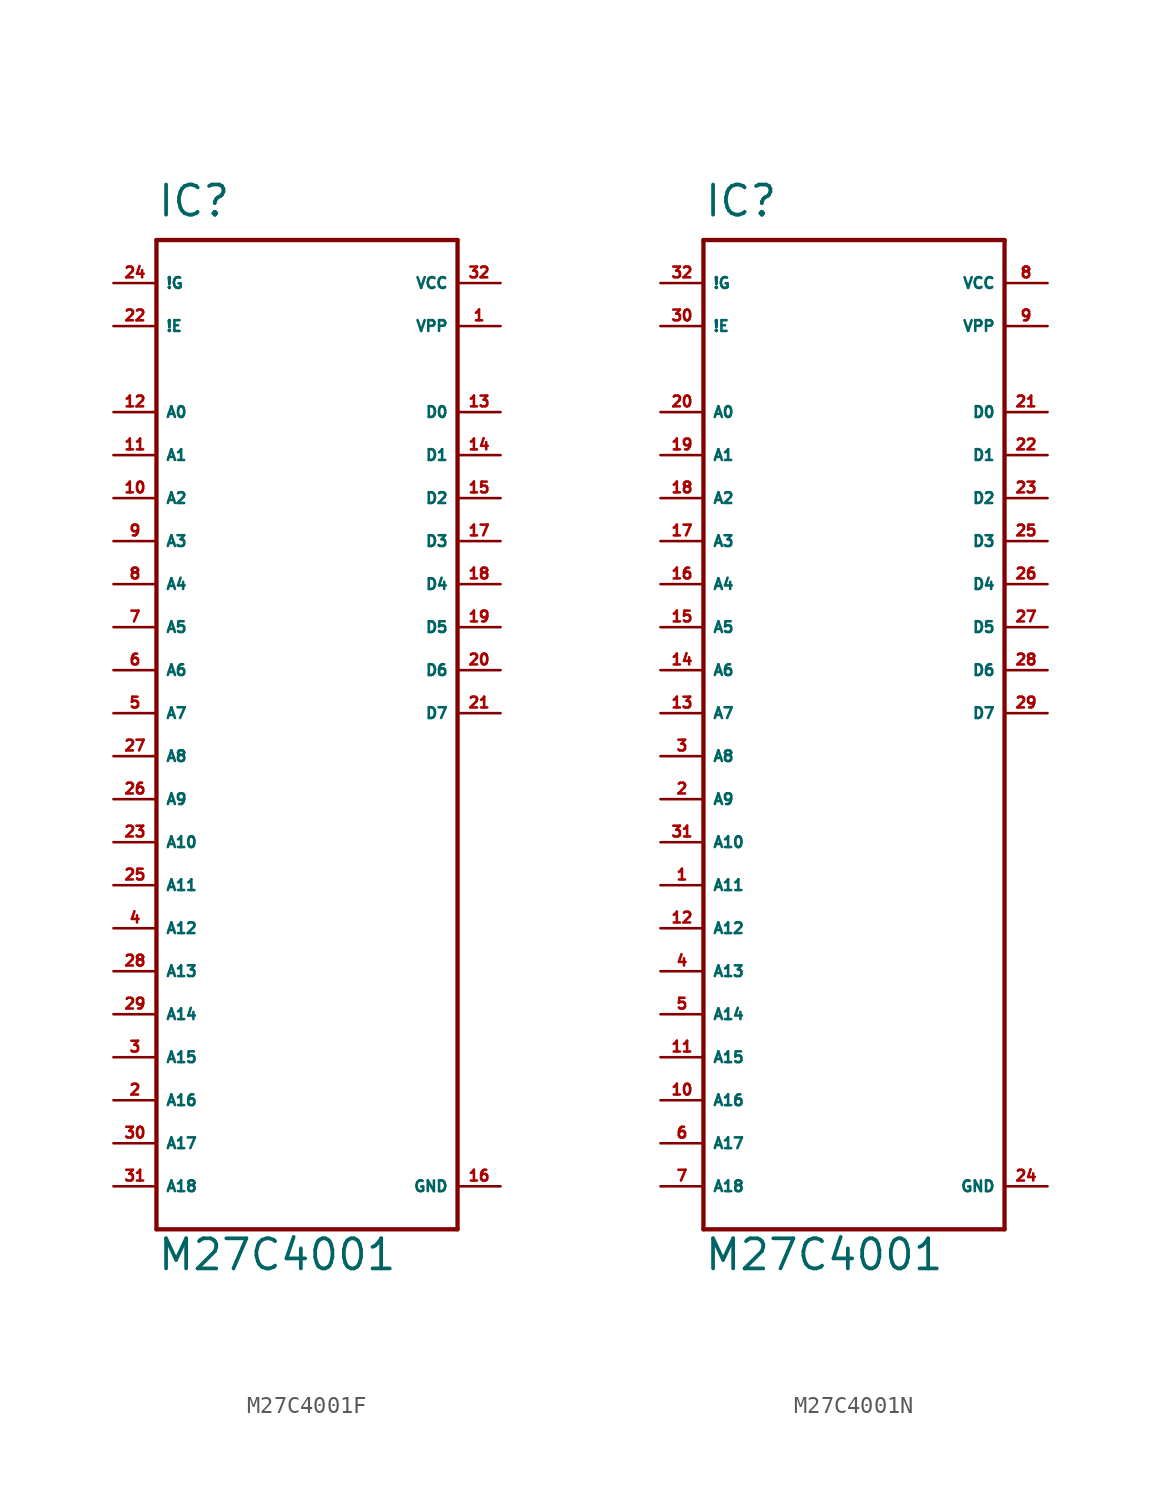
<source format=kicad_sym>
(kicad_symbol_lib
  (version 20220914)
  (generator Eagle2Kicad)
  (symbol "M27C4001F"
    (property "Reference" "IC"
      (at -7.62 29.21 0)
      (effects (font (size 1.778 1.778) (thickness 0.22)) (justify left bottom)))
    (property "Value" "M27C4001"
      (at -7.62 -33.02 0)
      (effects (font (size 1.778 1.778) (thickness 0.22)) (justify left bottom)))
    (polyline
      (pts (xy -7.62 27.94) (xy 10.16 27.94))
      (stroke (width 0.254) (type default))
      (fill (type none)))
    (polyline
      (pts (xy 10.16 27.94) (xy 10.16 -30.48))
      (stroke (width 0.254) (type default))
      (fill (type none)))
    (polyline
      (pts (xy 10.16 -30.48) (xy -7.62 -30.48))
      (stroke (width 0.254) (type default))
      (fill (type none)))
    (polyline
      (pts (xy -7.62 -30.48) (xy -7.62 27.94))
      (stroke (width 0.254) (type default))
      (fill (type none)))
    (pin unspecified line
      (at 12.7 25.4 180)
      (length 2.54)
      (name "VCC" (effects (font (size 0.635 0.635) (thickness 0.08)) (justify left bottom)))
      (number "32" (effects (font (size 0.635 0.635) (thickness 0.08)) (justify left bottom))))
    (pin unspecified line
      (at 12.7 22.86 180)
      (length 2.54)
      (name "VPP" (effects (font (size 0.635 0.635) (thickness 0.08)) (justify left bottom)))
      (number "1" (effects (font (size 0.635 0.635) (thickness 0.08)) (justify left bottom))))
    (pin unspecified line
      (at 12.7 -27.94 180)
      (length 2.54)
      (name "GND" (effects (font (size 0.635 0.635) (thickness 0.08)) (justify left bottom)))
      (number "16" (effects (font (size 0.635 0.635) (thickness 0.08)) (justify left bottom))))
    (pin input line
      (at -10.16 17.78 0)
      (length 2.54)
      (name "A0" (effects (font (size 0.635 0.635) (thickness 0.08)) (justify left bottom)))
      (number "12" (effects (font (size 0.635 0.635) (thickness 0.08)) (justify left bottom))))
    (pin input line
      (at -10.16 15.24 0)
      (length 2.54)
      (name "A1" (effects (font (size 0.635 0.635) (thickness 0.08)) (justify left bottom)))
      (number "11" (effects (font (size 0.635 0.635) (thickness 0.08)) (justify left bottom))))
    (pin input line
      (at -10.16 12.7 0)
      (length 2.54)
      (name "A2" (effects (font (size 0.635 0.635) (thickness 0.08)) (justify left bottom)))
      (number "10" (effects (font (size 0.635 0.635) (thickness 0.08)) (justify left bottom))))
    (pin input line
      (at -10.16 10.16 0)
      (length 2.54)
      (name "A3" (effects (font (size 0.635 0.635) (thickness 0.08)) (justify left bottom)))
      (number "9" (effects (font (size 0.635 0.635) (thickness 0.08)) (justify left bottom))))
    (pin input line
      (at -10.16 7.62 0)
      (length 2.54)
      (name "A4" (effects (font (size 0.635 0.635) (thickness 0.08)) (justify left bottom)))
      (number "8" (effects (font (size 0.635 0.635) (thickness 0.08)) (justify left bottom))))
    (pin input line
      (at -10.16 5.08 0)
      (length 2.54)
      (name "A5" (effects (font (size 0.635 0.635) (thickness 0.08)) (justify left bottom)))
      (number "7" (effects (font (size 0.635 0.635) (thickness 0.08)) (justify left bottom))))
    (pin input line
      (at -10.16 2.54 0)
      (length 2.54)
      (name "A6" (effects (font (size 0.635 0.635) (thickness 0.08)) (justify left bottom)))
      (number "6" (effects (font (size 0.635 0.635) (thickness 0.08)) (justify left bottom))))
    (pin input line
      (at -10.16 0 0)
      (length 2.54)
      (name "A7" (effects (font (size 0.635 0.635) (thickness 0.08)) (justify left bottom)))
      (number "5" (effects (font (size 0.635 0.635) (thickness 0.08)) (justify left bottom))))
    (pin input line
      (at -10.16 -2.54 0)
      (length 2.54)
      (name "A8" (effects (font (size 0.635 0.635) (thickness 0.08)) (justify left bottom)))
      (number "27" (effects (font (size 0.635 0.635) (thickness 0.08)) (justify left bottom))))
    (pin input line
      (at -10.16 -5.08 0)
      (length 2.54)
      (name "A9" (effects (font (size 0.635 0.635) (thickness 0.08)) (justify left bottom)))
      (number "26" (effects (font (size 0.635 0.635) (thickness 0.08)) (justify left bottom))))
    (pin input line
      (at -10.16 -7.62 0)
      (length 2.54)
      (name "A10" (effects (font (size 0.635 0.635) (thickness 0.08)) (justify left bottom)))
      (number "23" (effects (font (size 0.635 0.635) (thickness 0.08)) (justify left bottom))))
    (pin input line
      (at -10.16 -10.16 0)
      (length 2.54)
      (name "A11" (effects (font (size 0.635 0.635) (thickness 0.08)) (justify left bottom)))
      (number "25" (effects (font (size 0.635 0.635) (thickness 0.08)) (justify left bottom))))
    (pin input line
      (at -10.16 -12.7 0)
      (length 2.54)
      (name "A12" (effects (font (size 0.635 0.635) (thickness 0.08)) (justify left bottom)))
      (number "4" (effects (font (size 0.635 0.635) (thickness 0.08)) (justify left bottom))))
    (pin input line
      (at -10.16 -15.24 0)
      (length 2.54)
      (name "A13" (effects (font (size 0.635 0.635) (thickness 0.08)) (justify left bottom)))
      (number "28" (effects (font (size 0.635 0.635) (thickness 0.08)) (justify left bottom))))
    (pin input line
      (at -10.16 -17.78 0)
      (length 2.54)
      (name "A14" (effects (font (size 0.635 0.635) (thickness 0.08)) (justify left bottom)))
      (number "29" (effects (font (size 0.635 0.635) (thickness 0.08)) (justify left bottom))))
    (pin input line
      (at -10.16 -20.32 0)
      (length 2.54)
      (name "A15" (effects (font (size 0.635 0.635) (thickness 0.08)) (justify left bottom)))
      (number "3" (effects (font (size 0.635 0.635) (thickness 0.08)) (justify left bottom))))
    (pin input line
      (at -10.16 -22.86 0)
      (length 2.54)
      (name "A16" (effects (font (size 0.635 0.635) (thickness 0.08)) (justify left bottom)))
      (number "2" (effects (font (size 0.635 0.635) (thickness 0.08)) (justify left bottom))))
    (pin input line
      (at -10.16 -25.4 0)
      (length 2.54)
      (name "A17" (effects (font (size 0.635 0.635) (thickness 0.08)) (justify left bottom)))
      (number "30" (effects (font (size 0.635 0.635) (thickness 0.08)) (justify left bottom))))
    (pin input line
      (at -10.16 -27.94 0)
      (length 2.54)
      (name "A18" (effects (font (size 0.635 0.635) (thickness 0.08)) (justify left bottom)))
      (number "31" (effects (font (size 0.635 0.635) (thickness 0.08)) (justify left bottom))))
    (pin tri_state line
      (at 12.7 17.78 180)
      (length 2.54)
      (name "D0" (effects (font (size 0.635 0.635) (thickness 0.08)) (justify left bottom)))
      (number "13" (effects (font (size 0.635 0.635) (thickness 0.08)) (justify left bottom))))
    (pin tri_state line
      (at 12.7 15.24 180)
      (length 2.54)
      (name "D1" (effects (font (size 0.635 0.635) (thickness 0.08)) (justify left bottom)))
      (number "14" (effects (font (size 0.635 0.635) (thickness 0.08)) (justify left bottom))))
    (pin tri_state line
      (at 12.7 12.7 180)
      (length 2.54)
      (name "D2" (effects (font (size 0.635 0.635) (thickness 0.08)) (justify left bottom)))
      (number "15" (effects (font (size 0.635 0.635) (thickness 0.08)) (justify left bottom))))
    (pin tri_state line
      (at 12.7 10.16 180)
      (length 2.54)
      (name "D3" (effects (font (size 0.635 0.635) (thickness 0.08)) (justify left bottom)))
      (number "17" (effects (font (size 0.635 0.635) (thickness 0.08)) (justify left bottom))))
    (pin tri_state line
      (at 12.7 7.62 180)
      (length 2.54)
      (name "D4" (effects (font (size 0.635 0.635) (thickness 0.08)) (justify left bottom)))
      (number "18" (effects (font (size 0.635 0.635) (thickness 0.08)) (justify left bottom))))
    (pin tri_state line
      (at 12.7 5.08 180)
      (length 2.54)
      (name "D5" (effects (font (size 0.635 0.635) (thickness 0.08)) (justify left bottom)))
      (number "19" (effects (font (size 0.635 0.635) (thickness 0.08)) (justify left bottom))))
    (pin tri_state line
      (at 12.7 2.54 180)
      (length 2.54)
      (name "D6" (effects (font (size 0.635 0.635) (thickness 0.08)) (justify left bottom)))
      (number "20" (effects (font (size 0.635 0.635) (thickness 0.08)) (justify left bottom))))
    (pin tri_state line
      (at 12.7 0 180)
      (length 2.54)
      (name "D7" (effects (font (size 0.635 0.635) (thickness 0.08)) (justify left bottom)))
      (number "21" (effects (font (size 0.635 0.635) (thickness 0.08)) (justify left bottom))))
    (pin input line
      (at -10.16 25.4 0)
      (length 2.54)
      (name "!G" (effects (font (size 0.635 0.635) (thickness 0.08)) (justify left bottom)))
      (number "24" (effects (font (size 0.635 0.635) (thickness 0.08)) (justify left bottom))))
    (pin input line
      (at -10.16 22.86 0)
      (length 2.54)
      (name "!E" (effects (font (size 0.635 0.635) (thickness 0.08)) (justify left bottom)))
      (number "22" (effects (font (size 0.635 0.635) (thickness 0.08)) (justify left bottom)))))
  (symbol "M27C4001N"
    (property "Reference" "IC"
      (at -7.62 29.21 0)
      (effects (font (size 1.778 1.778) (thickness 0.22)) (justify left bottom)))
    (property "Value" "M27C4001"
      (at -7.62 -33.02 0)
      (effects (font (size 1.778 1.778) (thickness 0.22)) (justify left bottom)))
    (polyline
      (pts (xy -7.62 27.94) (xy 10.16 27.94))
      (stroke (width 0.254) (type default))
      (fill (type none)))
    (polyline
      (pts (xy 10.16 27.94) (xy 10.16 -30.48))
      (stroke (width 0.254) (type default))
      (fill (type none)))
    (polyline
      (pts (xy 10.16 -30.48) (xy -7.62 -30.48))
      (stroke (width 0.254) (type default))
      (fill (type none)))
    (polyline
      (pts (xy -7.62 -30.48) (xy -7.62 27.94))
      (stroke (width 0.254) (type default))
      (fill (type none)))
    (pin unspecified line
      (at 12.7 25.4 180)
      (length 2.54)
      (name "VCC" (effects (font (size 0.635 0.635) (thickness 0.08)) (justify left bottom)))
      (number "8" (effects (font (size 0.635 0.635) (thickness 0.08)) (justify left bottom))))
    (pin unspecified line
      (at 12.7 22.86 180)
      (length 2.54)
      (name "VPP" (effects (font (size 0.635 0.635) (thickness 0.08)) (justify left bottom)))
      (number "9" (effects (font (size 0.635 0.635) (thickness 0.08)) (justify left bottom))))
    (pin unspecified line
      (at 12.7 -27.94 180)
      (length 2.54)
      (name "GND" (effects (font (size 0.635 0.635) (thickness 0.08)) (justify left bottom)))
      (number "24" (effects (font (size 0.635 0.635) (thickness 0.08)) (justify left bottom))))
    (pin input line
      (at -10.16 17.78 0)
      (length 2.54)
      (name "A0" (effects (font (size 0.635 0.635) (thickness 0.08)) (justify left bottom)))
      (number "20" (effects (font (size 0.635 0.635) (thickness 0.08)) (justify left bottom))))
    (pin input line
      (at -10.16 15.24 0)
      (length 2.54)
      (name "A1" (effects (font (size 0.635 0.635) (thickness 0.08)) (justify left bottom)))
      (number "19" (effects (font (size 0.635 0.635) (thickness 0.08)) (justify left bottom))))
    (pin input line
      (at -10.16 12.7 0)
      (length 2.54)
      (name "A2" (effects (font (size 0.635 0.635) (thickness 0.08)) (justify left bottom)))
      (number "18" (effects (font (size 0.635 0.635) (thickness 0.08)) (justify left bottom))))
    (pin input line
      (at -10.16 10.16 0)
      (length 2.54)
      (name "A3" (effects (font (size 0.635 0.635) (thickness 0.08)) (justify left bottom)))
      (number "17" (effects (font (size 0.635 0.635) (thickness 0.08)) (justify left bottom))))
    (pin input line
      (at -10.16 7.62 0)
      (length 2.54)
      (name "A4" (effects (font (size 0.635 0.635) (thickness 0.08)) (justify left bottom)))
      (number "16" (effects (font (size 0.635 0.635) (thickness 0.08)) (justify left bottom))))
    (pin input line
      (at -10.16 5.08 0)
      (length 2.54)
      (name "A5" (effects (font (size 0.635 0.635) (thickness 0.08)) (justify left bottom)))
      (number "15" (effects (font (size 0.635 0.635) (thickness 0.08)) (justify left bottom))))
    (pin input line
      (at -10.16 2.54 0)
      (length 2.54)
      (name "A6" (effects (font (size 0.635 0.635) (thickness 0.08)) (justify left bottom)))
      (number "14" (effects (font (size 0.635 0.635) (thickness 0.08)) (justify left bottom))))
    (pin input line
      (at -10.16 0 0)
      (length 2.54)
      (name "A7" (effects (font (size 0.635 0.635) (thickness 0.08)) (justify left bottom)))
      (number "13" (effects (font (size 0.635 0.635) (thickness 0.08)) (justify left bottom))))
    (pin input line
      (at -10.16 -2.54 0)
      (length 2.54)
      (name "A8" (effects (font (size 0.635 0.635) (thickness 0.08)) (justify left bottom)))
      (number "3" (effects (font (size 0.635 0.635) (thickness 0.08)) (justify left bottom))))
    (pin input line
      (at -10.16 -5.08 0)
      (length 2.54)
      (name "A9" (effects (font (size 0.635 0.635) (thickness 0.08)) (justify left bottom)))
      (number "2" (effects (font (size 0.635 0.635) (thickness 0.08)) (justify left bottom))))
    (pin input line
      (at -10.16 -7.62 0)
      (length 2.54)
      (name "A10" (effects (font (size 0.635 0.635) (thickness 0.08)) (justify left bottom)))
      (number "31" (effects (font (size 0.635 0.635) (thickness 0.08)) (justify left bottom))))
    (pin input line
      (at -10.16 -10.16 0)
      (length 2.54)
      (name "A11" (effects (font (size 0.635 0.635) (thickness 0.08)) (justify left bottom)))
      (number "1" (effects (font (size 0.635 0.635) (thickness 0.08)) (justify left bottom))))
    (pin input line
      (at -10.16 -12.7 0)
      (length 2.54)
      (name "A12" (effects (font (size 0.635 0.635) (thickness 0.08)) (justify left bottom)))
      (number "12" (effects (font (size 0.635 0.635) (thickness 0.08)) (justify left bottom))))
    (pin input line
      (at -10.16 -15.24 0)
      (length 2.54)
      (name "A13" (effects (font (size 0.635 0.635) (thickness 0.08)) (justify left bottom)))
      (number "4" (effects (font (size 0.635 0.635) (thickness 0.08)) (justify left bottom))))
    (pin input line
      (at -10.16 -17.78 0)
      (length 2.54)
      (name "A14" (effects (font (size 0.635 0.635) (thickness 0.08)) (justify left bottom)))
      (number "5" (effects (font (size 0.635 0.635) (thickness 0.08)) (justify left bottom))))
    (pin input line
      (at -10.16 -20.32 0)
      (length 2.54)
      (name "A15" (effects (font (size 0.635 0.635) (thickness 0.08)) (justify left bottom)))
      (number "11" (effects (font (size 0.635 0.635) (thickness 0.08)) (justify left bottom))))
    (pin input line
      (at -10.16 -22.86 0)
      (length 2.54)
      (name "A16" (effects (font (size 0.635 0.635) (thickness 0.08)) (justify left bottom)))
      (number "10" (effects (font (size 0.635 0.635) (thickness 0.08)) (justify left bottom))))
    (pin input line
      (at -10.16 -25.4 0)
      (length 2.54)
      (name "A17" (effects (font (size 0.635 0.635) (thickness 0.08)) (justify left bottom)))
      (number "6" (effects (font (size 0.635 0.635) (thickness 0.08)) (justify left bottom))))
    (pin input line
      (at -10.16 -27.94 0)
      (length 2.54)
      (name "A18" (effects (font (size 0.635 0.635) (thickness 0.08)) (justify left bottom)))
      (number "7" (effects (font (size 0.635 0.635) (thickness 0.08)) (justify left bottom))))
    (pin tri_state line
      (at 12.7 17.78 180)
      (length 2.54)
      (name "D0" (effects (font (size 0.635 0.635) (thickness 0.08)) (justify left bottom)))
      (number "21" (effects (font (size 0.635 0.635) (thickness 0.08)) (justify left bottom))))
    (pin tri_state line
      (at 12.7 15.24 180)
      (length 2.54)
      (name "D1" (effects (font (size 0.635 0.635) (thickness 0.08)) (justify left bottom)))
      (number "22" (effects (font (size 0.635 0.635) (thickness 0.08)) (justify left bottom))))
    (pin tri_state line
      (at 12.7 12.7 180)
      (length 2.54)
      (name "D2" (effects (font (size 0.635 0.635) (thickness 0.08)) (justify left bottom)))
      (number "23" (effects (font (size 0.635 0.635) (thickness 0.08)) (justify left bottom))))
    (pin tri_state line
      (at 12.7 10.16 180)
      (length 2.54)
      (name "D3" (effects (font (size 0.635 0.635) (thickness 0.08)) (justify left bottom)))
      (number "25" (effects (font (size 0.635 0.635) (thickness 0.08)) (justify left bottom))))
    (pin tri_state line
      (at 12.7 7.62 180)
      (length 2.54)
      (name "D4" (effects (font (size 0.635 0.635) (thickness 0.08)) (justify left bottom)))
      (number "26" (effects (font (size 0.635 0.635) (thickness 0.08)) (justify left bottom))))
    (pin tri_state line
      (at 12.7 5.08 180)
      (length 2.54)
      (name "D5" (effects (font (size 0.635 0.635) (thickness 0.08)) (justify left bottom)))
      (number "27" (effects (font (size 0.635 0.635) (thickness 0.08)) (justify left bottom))))
    (pin tri_state line
      (at 12.7 2.54 180)
      (length 2.54)
      (name "D6" (effects (font (size 0.635 0.635) (thickness 0.08)) (justify left bottom)))
      (number "28" (effects (font (size 0.635 0.635) (thickness 0.08)) (justify left bottom))))
    (pin tri_state line
      (at 12.7 0 180)
      (length 2.54)
      (name "D7" (effects (font (size 0.635 0.635) (thickness 0.08)) (justify left bottom)))
      (number "29" (effects (font (size 0.635 0.635) (thickness 0.08)) (justify left bottom))))
    (pin input line
      (at -10.16 25.4 0)
      (length 2.54)
      (name "!G" (effects (font (size 0.635 0.635) (thickness 0.08)) (justify left bottom)))
      (number "32" (effects (font (size 0.635 0.635) (thickness 0.08)) (justify left bottom))))
    (pin input line
      (at -10.16 22.86 0)
      (length 2.54)
      (name "!E" (effects (font (size 0.635 0.635) (thickness 0.08)) (justify left bottom)))
      (number "30" (effects (font (size 0.635 0.635) (thickness 0.08)) (justify left bottom))))))
</source>
